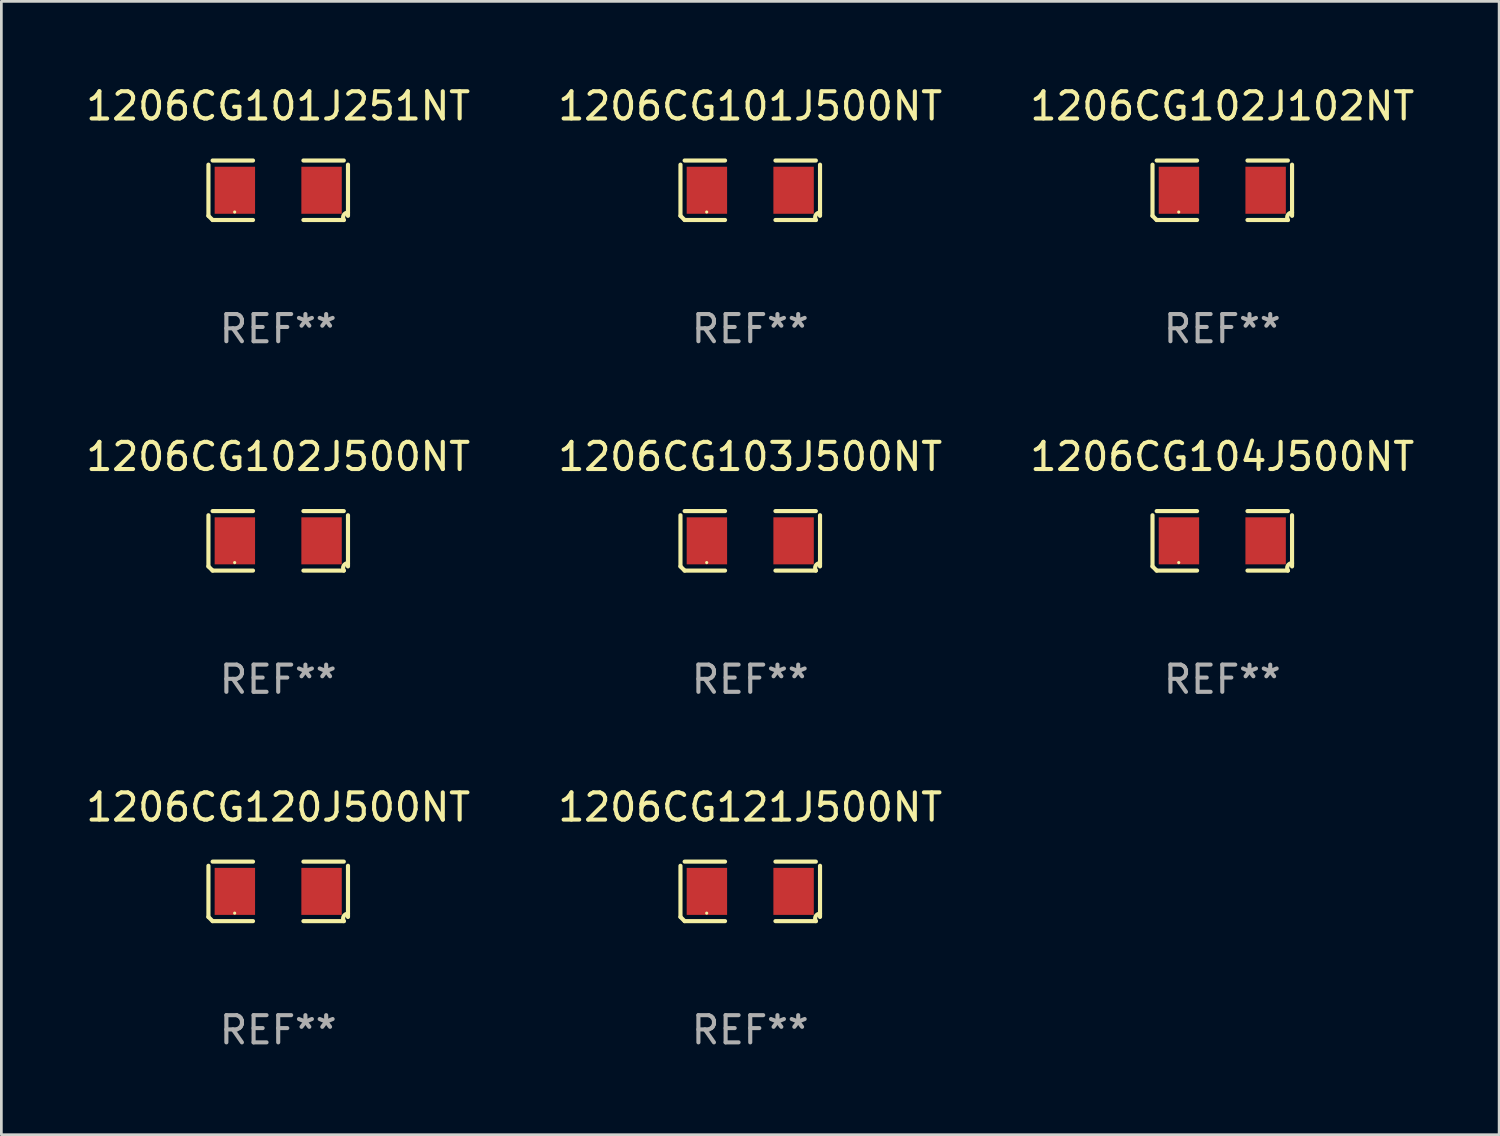
<source format=kicad_pcb>
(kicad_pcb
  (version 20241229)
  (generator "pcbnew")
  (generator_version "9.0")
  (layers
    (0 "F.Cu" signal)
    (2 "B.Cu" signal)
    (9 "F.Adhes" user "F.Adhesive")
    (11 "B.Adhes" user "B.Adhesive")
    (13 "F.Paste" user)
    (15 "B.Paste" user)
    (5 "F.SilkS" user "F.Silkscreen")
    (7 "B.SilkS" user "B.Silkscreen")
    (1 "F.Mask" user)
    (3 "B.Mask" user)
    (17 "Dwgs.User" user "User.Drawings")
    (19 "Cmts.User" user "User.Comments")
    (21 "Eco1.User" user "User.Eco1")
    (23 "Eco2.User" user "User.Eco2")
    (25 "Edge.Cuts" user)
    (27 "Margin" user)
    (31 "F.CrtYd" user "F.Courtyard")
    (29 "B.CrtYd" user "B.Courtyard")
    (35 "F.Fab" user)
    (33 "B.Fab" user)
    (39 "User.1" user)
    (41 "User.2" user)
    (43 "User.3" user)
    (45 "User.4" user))
  (footprint "1206CG103J500NT"
    (layer "F.Cu")
    (at 24.518 16.823)
    (property "Reference" "1206CG103J500NT" (at 0 -3.093 0) (layer "F.SilkS") (effects (font (size 1 1) (thickness 0.15))))
    (attr through_hole)
    (fp_line (start -2.564 0.94) (end -2.564 -0.94) (stroke (width 0.152) (type solid)) (layer "F.SilkS"))
    (fp_line (start -2.411 -1.093) (end -0.926 -1.093) (stroke (width 0.152) (type solid)) (layer "F.SilkS"))
    (fp_line (start -0.926 1.093) (end -2.411 1.093) (stroke (width 0.152) (type solid)) (layer "F.SilkS"))
    (fp_line (start 0.926 1.093) (end 2.411 1.093) (stroke (width 0.152) (type solid)) (layer "F.SilkS"))
    (fp_line (start 2.411 -1.093) (end 0.926 -1.093) (stroke (width 0.152) (type solid)) (layer "F.SilkS"))
    (fp_line (start 2.564 0.94) (end 2.564 -0.94) (stroke (width 0.152) (type solid)) (layer "F.SilkS"))
    (fp_arc (start -2.411201 1.092609) (mid -2.487413 1.01642) (end -2.563602 0.940208) (stroke (width 0.1524) (type solid)) (layer "F.SilkS"))
    (fp_arc (start 2.411201 1.092609) (mid 2.407159 0.911226) (end 2.563602 0.819347) (stroke (width 0.1524) (type solid)) (layer "F.SilkS"))
    (fp_circle (center -1.6 0.8) (end -1.57 0.8) (stroke (width 0.06) (type solid)) (fill no) (layer "F.SilkS"))
    (fp_text user "REF**" (at 0 5.093 0) (layer "F.Fab") (effects (font (size 1 1) (thickness 0.15))))
    (pad "1" smd rect (at -1.593 0) (size 1.485 1.728) (layers "F.Cu" "F.Mask" "F.Paste"))
    (pad "2" smd rect (at 1.593 0) (size 1.485 1.728) (layers "F.Cu" "F.Mask" "F.Paste")))
  (footprint "1206CG102J102NT"
    (layer "F.Cu")
    (at 41.863 3.941)
    (property "Reference" "1206CG102J102NT" (at 0 -3.093 0) (layer "F.SilkS") (effects (font (size 1 1) (thickness 0.15))))
    (attr through_hole)
    (fp_line (start -2.564 0.94) (end -2.564 -0.94) (stroke (width 0.152) (type solid)) (layer "F.SilkS"))
    (fp_line (start -2.411 -1.093) (end -0.926 -1.093) (stroke (width 0.152) (type solid)) (layer "F.SilkS"))
    (fp_line (start -0.926 1.093) (end -2.411 1.093) (stroke (width 0.152) (type solid)) (layer "F.SilkS"))
    (fp_line (start 0.926 1.093) (end 2.411 1.093) (stroke (width 0.152) (type solid)) (layer "F.SilkS"))
    (fp_line (start 2.411 -1.093) (end 0.926 -1.093) (stroke (width 0.152) (type solid)) (layer "F.SilkS"))
    (fp_line (start 2.564 0.94) (end 2.564 -0.94) (stroke (width 0.152) (type solid)) (layer "F.SilkS"))
    (fp_arc (start -2.411201 1.092609) (mid -2.487413 1.01642) (end -2.563602 0.940208) (stroke (width 0.1524) (type solid)) (layer "F.SilkS"))
    (fp_arc (start 2.411201 1.092609) (mid 2.407159 0.911226) (end 2.563602 0.819347) (stroke (width 0.1524) (type solid)) (layer "F.SilkS"))
    (fp_circle (center -1.6 0.8) (end -1.57 0.8) (stroke (width 0.06) (type solid)) (fill no) (layer "F.SilkS"))
    (fp_text user "REF**" (at 0 5.093 0) (layer "F.Fab") (effects (font (size 1 1) (thickness 0.15))))
    (pad "1" smd rect (at -1.593 0) (size 1.485 1.728) (layers "F.Cu" "F.Mask" "F.Paste"))
    (pad "2" smd rect (at 1.593 0) (size 1.485 1.728) (layers "F.Cu" "F.Mask" "F.Paste")))
  (footprint "1206CG101J500NT"
    (layer "F.Cu")
    (at 24.518 3.941)
    (property "Reference" "1206CG101J500NT" (at 0 -3.093 0) (layer "F.SilkS") (effects (font (size 1 1) (thickness 0.15))))
    (attr through_hole)
    (fp_line (start -2.564 0.94) (end -2.564 -0.94) (stroke (width 0.152) (type solid)) (layer "F.SilkS"))
    (fp_line (start -2.411 -1.093) (end -0.926 -1.093) (stroke (width 0.152) (type solid)) (layer "F.SilkS"))
    (fp_line (start -0.926 1.093) (end -2.411 1.093) (stroke (width 0.152) (type solid)) (layer "F.SilkS"))
    (fp_line (start 0.926 1.093) (end 2.411 1.093) (stroke (width 0.152) (type solid)) (layer "F.SilkS"))
    (fp_line (start 2.411 -1.093) (end 0.926 -1.093) (stroke (width 0.152) (type solid)) (layer "F.SilkS"))
    (fp_line (start 2.564 0.94) (end 2.564 -0.94) (stroke (width 0.152) (type solid)) (layer "F.SilkS"))
    (fp_arc (start -2.411201 1.092609) (mid -2.487413 1.01642) (end -2.563602 0.940208) (stroke (width 0.1524) (type solid)) (layer "F.SilkS"))
    (fp_arc (start 2.411201 1.092609) (mid 2.407159 0.911226) (end 2.563602 0.819347) (stroke (width 0.1524) (type solid)) (layer "F.SilkS"))
    (fp_circle (center -1.6 0.8) (end -1.57 0.8) (stroke (width 0.06) (type solid)) (fill no) (layer "F.SilkS"))
    (fp_text user "REF**" (at 0 5.093 0) (layer "F.Fab") (effects (font (size 1 1) (thickness 0.15))))
    (pad "1" smd rect (at -1.593 0) (size 1.485 1.728) (layers "F.Cu" "F.Mask" "F.Paste"))
    (pad "2" smd rect (at 1.593 0) (size 1.485 1.728) (layers "F.Cu" "F.Mask" "F.Paste")))
  (footprint "1206CG120J500NT"
    (layer "F.Cu")
    (at 7.173 29.704)
    (property "Reference" "1206CG120J500NT" (at 0 -3.093 0) (layer "F.SilkS") (effects (font (size 1 1) (thickness 0.15))))
    (attr through_hole)
    (fp_line (start -2.564 0.94) (end -2.564 -0.94) (stroke (width 0.152) (type solid)) (layer "F.SilkS"))
    (fp_line (start -2.411 -1.093) (end -0.926 -1.093) (stroke (width 0.152) (type solid)) (layer "F.SilkS"))
    (fp_line (start -0.926 1.093) (end -2.411 1.093) (stroke (width 0.152) (type solid)) (layer "F.SilkS"))
    (fp_line (start 0.926 1.093) (end 2.411 1.093) (stroke (width 0.152) (type solid)) (layer "F.SilkS"))
    (fp_line (start 2.411 -1.093) (end 0.926 -1.093) (stroke (width 0.152) (type solid)) (layer "F.SilkS"))
    (fp_line (start 2.564 0.94) (end 2.564 -0.94) (stroke (width 0.152) (type solid)) (layer "F.SilkS"))
    (fp_arc (start -2.411201 1.092609) (mid -2.487413 1.01642) (end -2.563602 0.940208) (stroke (width 0.1524) (type solid)) (layer "F.SilkS"))
    (fp_arc (start 2.411201 1.092609) (mid 2.407159 0.911226) (end 2.563602 0.819347) (stroke (width 0.1524) (type solid)) (layer "F.SilkS"))
    (fp_circle (center -1.6 0.8) (end -1.57 0.8) (stroke (width 0.06) (type solid)) (fill no) (layer "F.SilkS"))
    (fp_text user "REF**" (at 0 5.093 0) (layer "F.Fab") (effects (font (size 1 1) (thickness 0.15))))
    (pad "1" smd rect (at -1.593 0) (size 1.485 1.728) (layers "F.Cu" "F.Mask" "F.Paste"))
    (pad "2" smd rect (at 1.593 0) (size 1.485 1.728) (layers "F.Cu" "F.Mask" "F.Paste")))
  (footprint "1206CG101J251NT"
    (layer "F.Cu")
    (at 7.173 3.941)
    (property "Reference" "1206CG101J251NT" (at 0 -3.093 0) (layer "F.SilkS") (effects (font (size 1 1) (thickness 0.15))))
    (attr through_hole)
    (fp_line (start -2.564 0.94) (end -2.564 -0.94) (stroke (width 0.152) (type solid)) (layer "F.SilkS"))
    (fp_line (start -2.411 -1.093) (end -0.926 -1.093) (stroke (width 0.152) (type solid)) (layer "F.SilkS"))
    (fp_line (start -0.926 1.093) (end -2.411 1.093) (stroke (width 0.152) (type solid)) (layer "F.SilkS"))
    (fp_line (start 0.926 1.093) (end 2.411 1.093) (stroke (width 0.152) (type solid)) (layer "F.SilkS"))
    (fp_line (start 2.411 -1.093) (end 0.926 -1.093) (stroke (width 0.152) (type solid)) (layer "F.SilkS"))
    (fp_line (start 2.564 0.94) (end 2.564 -0.94) (stroke (width 0.152) (type solid)) (layer "F.SilkS"))
    (fp_arc (start -2.411201 1.092609) (mid -2.487413 1.01642) (end -2.563602 0.940208) (stroke (width 0.1524) (type solid)) (layer "F.SilkS"))
    (fp_arc (start 2.411201 1.092609) (mid 2.407159 0.911226) (end 2.563602 0.819347) (stroke (width 0.1524) (type solid)) (layer "F.SilkS"))
    (fp_circle (center -1.6 0.8) (end -1.57 0.8) (stroke (width 0.06) (type solid)) (fill no) (layer "F.SilkS"))
    (fp_text user "REF**" (at 0 5.093 0) (layer "F.Fab") (effects (font (size 1 1) (thickness 0.15))))
    (pad "1" smd rect (at -1.593 0) (size 1.485 1.728) (layers "F.Cu" "F.Mask" "F.Paste"))
    (pad "2" smd rect (at 1.593 0) (size 1.485 1.728) (layers "F.Cu" "F.Mask" "F.Paste")))
  (footprint "1206CG104J500NT"
    (layer "F.Cu")
    (at 41.863 16.823)
    (property "Reference" "1206CG104J500NT" (at 0 -3.093 0) (layer "F.SilkS") (effects (font (size 1 1) (thickness 0.15))))
    (attr through_hole)
    (fp_line (start -2.564 0.94) (end -2.564 -0.94) (stroke (width 0.152) (type solid)) (layer "F.SilkS"))
    (fp_line (start -2.411 -1.093) (end -0.926 -1.093) (stroke (width 0.152) (type solid)) (layer "F.SilkS"))
    (fp_line (start -0.926 1.093) (end -2.411 1.093) (stroke (width 0.152) (type solid)) (layer "F.SilkS"))
    (fp_line (start 0.926 1.093) (end 2.411 1.093) (stroke (width 0.152) (type solid)) (layer "F.SilkS"))
    (fp_line (start 2.411 -1.093) (end 0.926 -1.093) (stroke (width 0.152) (type solid)) (layer "F.SilkS"))
    (fp_line (start 2.564 0.94) (end 2.564 -0.94) (stroke (width 0.152) (type solid)) (layer "F.SilkS"))
    (fp_arc (start -2.411201 1.092609) (mid -2.487413 1.01642) (end -2.563602 0.940208) (stroke (width 0.1524) (type solid)) (layer "F.SilkS"))
    (fp_arc (start 2.411201 1.092609) (mid 2.407159 0.911226) (end 2.563602 0.819347) (stroke (width 0.1524) (type solid)) (layer "F.SilkS"))
    (fp_circle (center -1.6 0.8) (end -1.57 0.8) (stroke (width 0.06) (type solid)) (fill no) (layer "F.SilkS"))
    (fp_text user "REF**" (at 0 5.093 0) (layer "F.Fab") (effects (font (size 1 1) (thickness 0.15))))
    (pad "1" smd rect (at -1.593 0) (size 1.485 1.728) (layers "F.Cu" "F.Mask" "F.Paste"))
    (pad "2" smd rect (at 1.593 0) (size 1.485 1.728) (layers "F.Cu" "F.Mask" "F.Paste")))
  (footprint "1206CG102J500NT"
    (layer "F.Cu")
    (at 7.173 16.823)
    (property "Reference" "1206CG102J500NT" (at 0 -3.093 0) (layer "F.SilkS") (effects (font (size 1 1) (thickness 0.15))))
    (attr through_hole)
    (fp_line (start -2.564 0.94) (end -2.564 -0.94) (stroke (width 0.152) (type solid)) (layer "F.SilkS"))
    (fp_line (start -2.411 -1.093) (end -0.926 -1.093) (stroke (width 0.152) (type solid)) (layer "F.SilkS"))
    (fp_line (start -0.926 1.093) (end -2.411 1.093) (stroke (width 0.152) (type solid)) (layer "F.SilkS"))
    (fp_line (start 0.926 1.093) (end 2.411 1.093) (stroke (width 0.152) (type solid)) (layer "F.SilkS"))
    (fp_line (start 2.411 -1.093) (end 0.926 -1.093) (stroke (width 0.152) (type solid)) (layer "F.SilkS"))
    (fp_line (start 2.564 0.94) (end 2.564 -0.94) (stroke (width 0.152) (type solid)) (layer "F.SilkS"))
    (fp_arc (start -2.411201 1.092609) (mid -2.487413 1.01642) (end -2.563602 0.940208) (stroke (width 0.1524) (type solid)) (layer "F.SilkS"))
    (fp_arc (start 2.411201 1.092609) (mid 2.407159 0.911226) (end 2.563602 0.819347) (stroke (width 0.1524) (type solid)) (layer "F.SilkS"))
    (fp_circle (center -1.6 0.8) (end -1.57 0.8) (stroke (width 0.06) (type solid)) (fill no) (layer "F.SilkS"))
    (fp_text user "REF**" (at 0 5.093 0) (layer "F.Fab") (effects (font (size 1 1) (thickness 0.15))))
    (pad "1" smd rect (at -1.593 0) (size 1.485 1.728) (layers "F.Cu" "F.Mask" "F.Paste"))
    (pad "2" smd rect (at 1.593 0) (size 1.485 1.728) (layers "F.Cu" "F.Mask" "F.Paste")))
  (footprint "1206CG121J500NT"
    (layer "F.Cu")
    (at 24.518 29.704)
    (property "Reference" "1206CG121J500NT" (at 0 -3.093 0) (layer "F.SilkS") (effects (font (size 1 1) (thickness 0.15))))
    (attr through_hole)
    (fp_line (start -2.564 0.94) (end -2.564 -0.94) (stroke (width 0.152) (type solid)) (layer "F.SilkS"))
    (fp_line (start -2.411 -1.093) (end -0.926 -1.093) (stroke (width 0.152) (type solid)) (layer "F.SilkS"))
    (fp_line (start -0.926 1.093) (end -2.411 1.093) (stroke (width 0.152) (type solid)) (layer "F.SilkS"))
    (fp_line (start 0.926 1.093) (end 2.411 1.093) (stroke (width 0.152) (type solid)) (layer "F.SilkS"))
    (fp_line (start 2.411 -1.093) (end 0.926 -1.093) (stroke (width 0.152) (type solid)) (layer "F.SilkS"))
    (fp_line (start 2.564 0.94) (end 2.564 -0.94) (stroke (width 0.152) (type solid)) (layer "F.SilkS"))
    (fp_arc (start -2.411201 1.092609) (mid -2.487413 1.01642) (end -2.563602 0.940208) (stroke (width 0.1524) (type solid)) (layer "F.SilkS"))
    (fp_arc (start 2.411201 1.092609) (mid 2.407159 0.911226) (end 2.563602 0.819347) (stroke (width 0.1524) (type solid)) (layer "F.SilkS"))
    (fp_circle (center -1.6 0.8) (end -1.57 0.8) (stroke (width 0.06) (type solid)) (fill no) (layer "F.SilkS"))
    (fp_text user "REF**" (at 0 5.093 0) (layer "F.Fab") (effects (font (size 1 1) (thickness 0.15))))
    (pad "1" smd rect (at -1.593 0) (size 1.485 1.728) (layers "F.Cu" "F.Mask" "F.Paste"))
    (pad "2" smd rect (at 1.593 0) (size 1.485 1.728) (layers "F.Cu" "F.Mask" "F.Paste")))
  (gr_rect
    (start -3 -3)
    (end 52.036 38.645)
    (stroke (width 0.1) (type default))
    (fill no)
    (layer "Edge.Cuts")))
</source>
